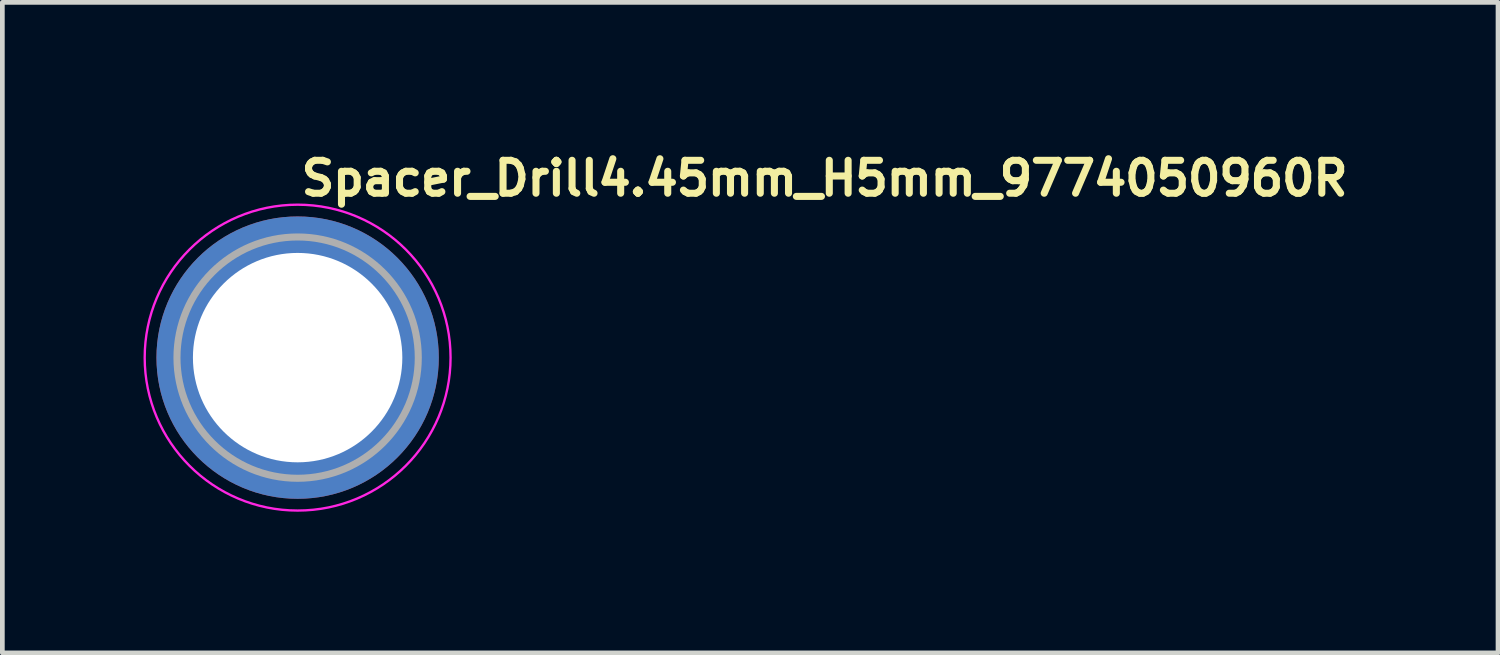
<source format=kicad_pcb>
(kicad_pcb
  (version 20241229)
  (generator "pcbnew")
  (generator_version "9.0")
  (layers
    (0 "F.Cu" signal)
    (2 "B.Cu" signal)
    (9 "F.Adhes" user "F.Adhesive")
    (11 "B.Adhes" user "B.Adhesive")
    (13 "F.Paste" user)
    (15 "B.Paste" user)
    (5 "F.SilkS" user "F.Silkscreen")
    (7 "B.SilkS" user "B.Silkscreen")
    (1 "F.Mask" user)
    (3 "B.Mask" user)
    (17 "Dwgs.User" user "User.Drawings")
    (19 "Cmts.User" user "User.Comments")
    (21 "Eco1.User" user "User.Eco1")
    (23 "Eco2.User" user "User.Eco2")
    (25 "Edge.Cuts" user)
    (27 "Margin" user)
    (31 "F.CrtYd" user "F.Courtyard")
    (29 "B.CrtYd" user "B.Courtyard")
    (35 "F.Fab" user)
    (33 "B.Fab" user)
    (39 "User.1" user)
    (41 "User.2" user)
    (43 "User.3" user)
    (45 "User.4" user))
  (footprint "Spacer_Drill4.45mm_H5mm_9774050960R"
    (layer "F.Cu")
    (at 3.275 4.55)
    (property "Reference" "Spacer_Drill4.45mm_H5mm_9774050960R" (at 0 -3.4 0) (layer "F.SilkS") (effects (font (size 0.7 0.7) (thickness 0.15)) (justify left bottom)))
    (attr smd)
    (fp_circle (center 0 0) (end 3.25 0) (stroke (width 0.05) (type solid)) (fill no) (layer "F.CrtYd"))
    (fp_circle (center 0 0) (end 2.564 0) (stroke (width 0.15) (type solid)) (fill no) (layer "F.Fab"))
    (fp_line (start -2.55 -1.5) (end 0 -3) (stroke (width 0.02) (type solid)) (layer "User.9"))
    (fp_line (start -2.55 1.5) (end -2.55 -1.5) (stroke (width 0.02) (type solid)) (layer "User.9"))
    (fp_line (start 0 -3) (end 2.55 -1.5) (stroke (width 0.02) (type solid)) (layer "User.9"))
    (fp_line (start 0 3) (end -2.55 1.5) (stroke (width 0.02) (type solid)) (layer "User.9"))
    (fp_line (start 2.55 -1.5) (end 2.55 1.5) (stroke (width 0.02) (type solid)) (layer "User.9"))
    (fp_line (start 2.55 1.5) (end 0 3) (stroke (width 0.02) (type solid)) (layer "User.9"))
    (fp_circle (center 0 0) (end 1.3 0) (stroke (width 0.02) (type solid)) (fill no) (layer "User.9"))
    (pad "" smd custom (at -2.55 -0.55 122.5) (size 0.1 0.1) (layers "F.Paste") (options (anchor circle)) (primitives (gr_arc (start 0 0) (mid 0.704278 1.28373) (end 0.608513 2.744826) (width 0.7))))
    (pad "" smd custom (at -0.55 2.55 212.5) (size 0.1 0.1) (layers "F.Paste") (options (anchor circle)) (primitives (gr_arc (start 0 0) (mid 0.704278 1.28373) (end 0.608513 2.744826) (width 0.7))))
    (pad "" smd custom (at 0.55 -2.55 32.5) (size 0.1 0.1) (layers "F.Paste") (options (anchor circle)) (primitives (gr_arc (start 0 0) (mid 0.704278 1.28373) (end 0.608513 2.744826) (width 0.7))))
    (pad "" smd custom (at 2.55 0.55 302.5) (size 0.1 0.1) (layers "F.Paste") (options (anchor circle)) (primitives (gr_arc (start 0 0) (mid 0.704278 1.28373) (end 0.608513 2.744826) (width 0.7))))
    (pad "1" thru_hole circle (at 0 0) (size 6 6) (drill 4.45) (layers "*.Cu" "*.Mask")))
  (gr_rect
    (start -3 -3)
    (end 28.785 10.825)
    (stroke (width 0.1) (type default))
    (fill no)
    (layer "Edge.Cuts")))
</source>
